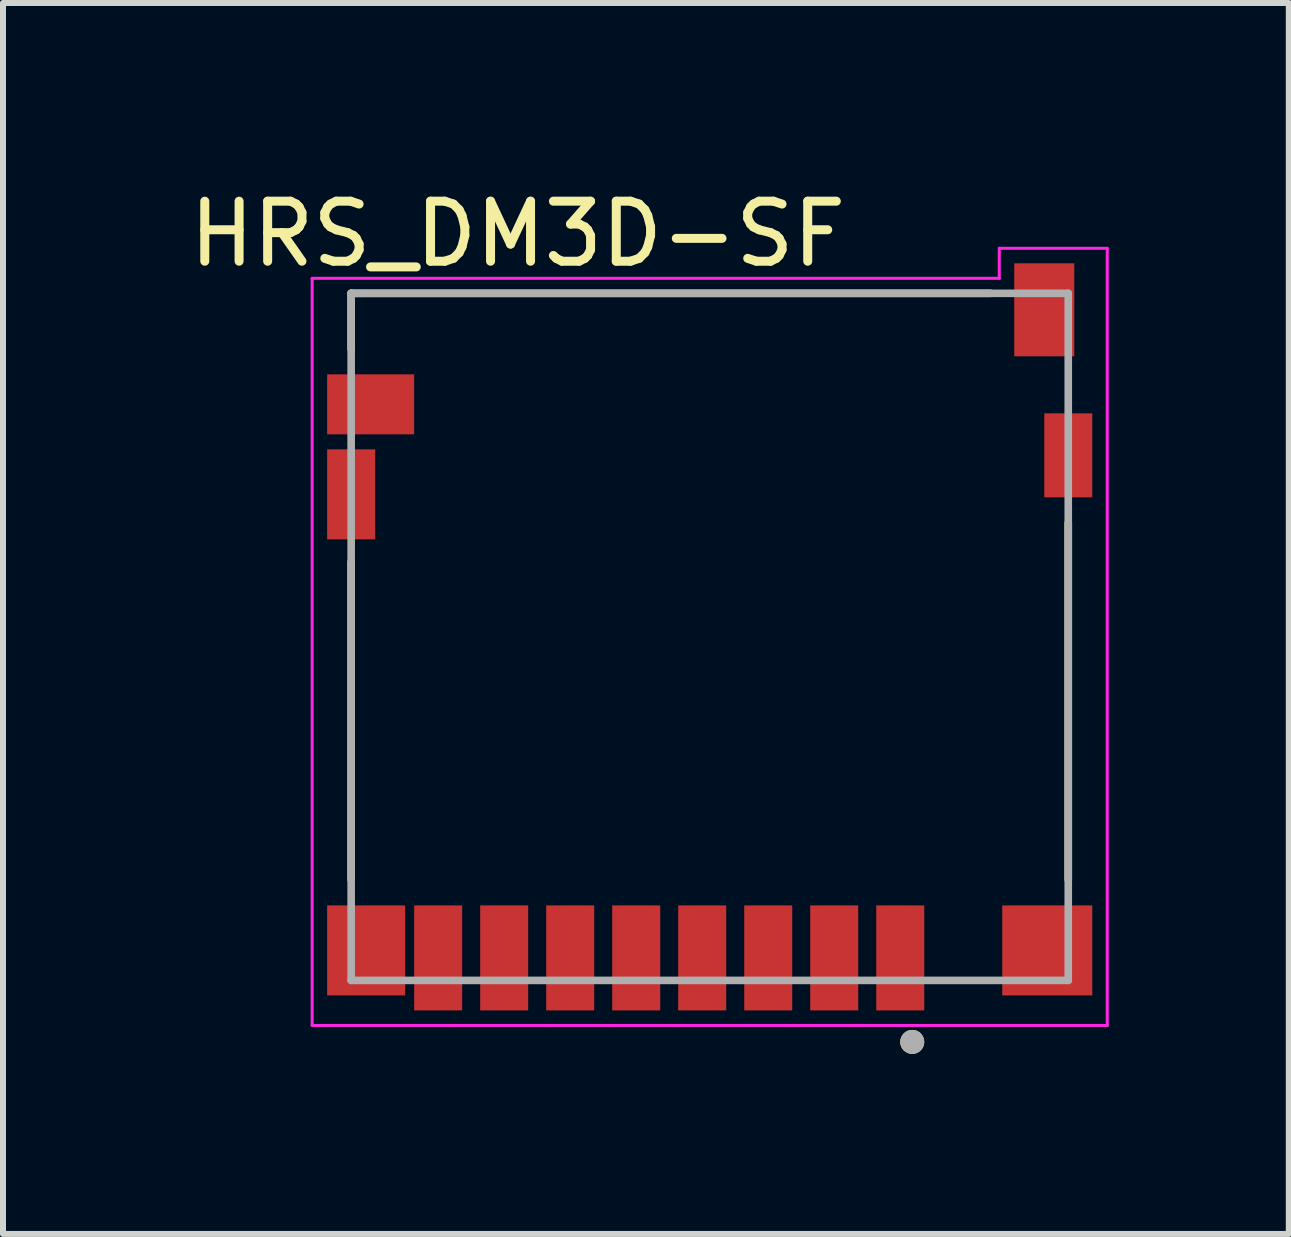
<source format=kicad_pcb>
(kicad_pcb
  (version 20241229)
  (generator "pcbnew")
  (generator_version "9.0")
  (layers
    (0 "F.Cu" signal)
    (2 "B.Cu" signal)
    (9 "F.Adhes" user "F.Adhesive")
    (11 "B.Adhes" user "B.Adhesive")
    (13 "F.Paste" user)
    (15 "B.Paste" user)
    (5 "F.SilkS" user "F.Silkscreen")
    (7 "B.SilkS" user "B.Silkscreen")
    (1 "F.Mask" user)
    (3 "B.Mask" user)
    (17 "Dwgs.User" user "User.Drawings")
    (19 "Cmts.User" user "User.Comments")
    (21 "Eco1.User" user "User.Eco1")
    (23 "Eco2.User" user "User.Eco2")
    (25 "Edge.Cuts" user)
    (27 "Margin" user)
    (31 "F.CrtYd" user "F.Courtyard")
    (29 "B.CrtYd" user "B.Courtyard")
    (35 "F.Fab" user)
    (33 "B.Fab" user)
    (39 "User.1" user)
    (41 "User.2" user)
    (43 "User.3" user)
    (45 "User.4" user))
  (footprint "HRS_DM3D-SF"
    (layer "F.Cu")
    (at 8.752 12.913)
    (property "Reference" "HRS_DM3D-SF" (at -3.175 -12.065 0) (layer "F.SilkS") (effects (font (size 1 1) (thickness 0.15))))
    (attr smd)
    (fp_line (start -5.95 -11.075) (end -5.95 -10.15) (stroke (width 0.127) (type solid)) (layer "F.SilkS"))
    (fp_line (start -5.95 -11.075) (end 4.7 -11.075) (stroke (width 0.127) (type solid)) (layer "F.SilkS"))
    (fp_line (start -5.95 -6.6) (end -5.95 -1.3) (stroke (width 0.127) (type solid)) (layer "F.SilkS"))
    (fp_line (start 6 -7.25) (end 6 -1.3) (stroke (width 0.127) (type solid)) (layer "F.SilkS"))
    (fp_circle (center 3.4 1.4) (end 3.5 1.4) (stroke (width 0.2) (type solid)) (fill no) (layer "F.SilkS"))
    (fp_line (start -6.6 -11.325) (end 4.85 -11.325) (stroke (width 0.05) (type solid)) (layer "F.CrtYd"))
    (fp_line (start -6.6 1.125) (end -6.6 -11.325) (stroke (width 0.05) (type solid)) (layer "F.CrtYd"))
    (fp_line (start 4.85 -11.825) (end 6.65 -11.825) (stroke (width 0.05) (type solid)) (layer "F.CrtYd"))
    (fp_line (start 4.85 -11.325) (end 4.85 -11.825) (stroke (width 0.05) (type solid)) (layer "F.CrtYd"))
    (fp_line (start 6.65 -11.825) (end 6.65 1.125) (stroke (width 0.05) (type solid)) (layer "F.CrtYd"))
    (fp_line (start 6.65 1.125) (end -6.6 1.125) (stroke (width 0.05) (type solid)) (layer "F.CrtYd"))
    (fp_line (start -5.95 -11.075) (end -5.95 0.375) (stroke (width 0.127) (type solid)) (layer "F.Fab"))
    (fp_line (start -5.95 0.375) (end 6 0.375) (stroke (width 0.127) (type solid)) (layer "F.Fab"))
    (fp_line (start 6 -11.075) (end -5.95 -11.075) (stroke (width 0.127) (type solid)) (layer "F.Fab"))
    (fp_line (start 6 0.375) (end 6 -11.075) (stroke (width 0.127) (type solid)) (layer "F.Fab"))
    (fp_circle (center 3.4 1.4) (end 3.5 1.4) (stroke (width 0.2) (type solid)) (fill no) (layer "F.Fab"))
    (pad "1" smd rect (at 3.2 0) (size 0.8 1.75) (layers "F.Cu" "F.Mask" "F.Paste"))
    (pad "2" smd rect (at 2.1 0) (size 0.8 1.75) (layers "F.Cu" "F.Mask" "F.Paste"))
    (pad "3" smd rect (at 1 0) (size 0.8 1.75) (layers "F.Cu" "F.Mask" "F.Paste"))
    (pad "4" smd rect (at -0.1 0) (size 0.8 1.75) (layers "F.Cu" "F.Mask" "F.Paste"))
    (pad "5" smd rect (at -1.2 0) (size 0.8 1.75) (layers "F.Cu" "F.Mask" "F.Paste"))
    (pad "6" smd rect (at -2.3 0) (size 0.8 1.75) (layers "F.Cu" "F.Mask" "F.Paste"))
    (pad "7" smd rect (at -3.4 0) (size 0.8 1.75) (layers "F.Cu" "F.Mask" "F.Paste"))
    (pad "8" smd rect (at -4.5 0) (size 0.8 1.75) (layers "F.Cu" "F.Mask" "F.Paste"))
    (pad "S1" smd rect (at -5.7 -0.125) (size 1.3 1.5) (layers "F.Cu" "F.Mask" "F.Paste"))
    (pad "S2" smd rect (at 5.65 -0.125) (size 1.5 1.5) (layers "F.Cu" "F.Mask" "F.Paste"))
    (pad "S3" smd rect (at -5.95 -7.725) (size 0.8 1.5) (layers "F.Cu" "F.Mask" "F.Paste"))
    (pad "S4" smd rect (at 6 -8.375) (size 0.8 1.4) (layers "F.Cu" "F.Mask" "F.Paste"))
    (pad "SW-A" smd rect (at 5.6 -10.8) (size 1 1.55) (layers "F.Cu" "F.Mask" "F.Paste"))
    (pad "SW-B" smd rect (at -5.625 -9.225) (size 1.45 1) (layers "F.Cu" "F.Mask" "F.Paste"))
    (zone (net_name "") (layer "F.Cu") (hatch full 0.508) (connect_pads) (min_thickness 0.01) (filled_areas_thickness no) (keepout (tracks not_allowed) (vias not_allowed) (pads not_allowed) (copperpour not_allowed) (footprints allowed)) (placement (enabled no)) (fill) (polygon (pts (xy 3.852 6.038) (xy 12.352 6.038) (xy 12.352 8.038) (xy 3.852 8.038))))
    (zone (net_name "") (layer "F.Cu") (hatch full 0.508) (connect_pads) (min_thickness 0.01) (filled_areas_thickness no) (keepout (tracks not_allowed) (vias not_allowed) (pads not_allowed) (copperpour not_allowed) (footprints allowed)) (placement (enabled no)) (fill) (polygon (pts (xy 6.802 1.838) (xy 9.302 1.838) (xy 9.302 3.838) (xy 6.802 3.838))))
    (zone (net_name "") (layers "F.Cu" "B.Cu") (hatch full 0.508) (connect_pads) (min_thickness 0.01) (filled_areas_thickness no) (keepout (tracks allowed) (vias not_allowed) (pads allowed) (copperpour allowed) (footprints allowed)) (placement (enabled no)) (fill) (polygon (pts (xy 3.852 6.038) (xy 12.352 6.038) (xy 12.352 8.038) (xy 3.852 8.038))))
    (zone (net_name "") (layers "F.Cu" "B.Cu") (hatch full 0.508) (connect_pads) (min_thickness 0.01) (filled_areas_thickness no) (keepout (tracks allowed) (vias not_allowed) (pads allowed) (copperpour allowed) (footprints allowed)) (placement (enabled no)) (fill) (polygon (pts (xy 6.802 1.838) (xy 9.302 1.838) (xy 9.302 3.838) (xy 6.802 3.838)))))
  (gr_rect
    (start -3 -3)
    (end 18.427 17.513)
    (stroke (width 0.1) (type default))
    (fill no)
    (layer "Edge.Cuts")))
</source>
